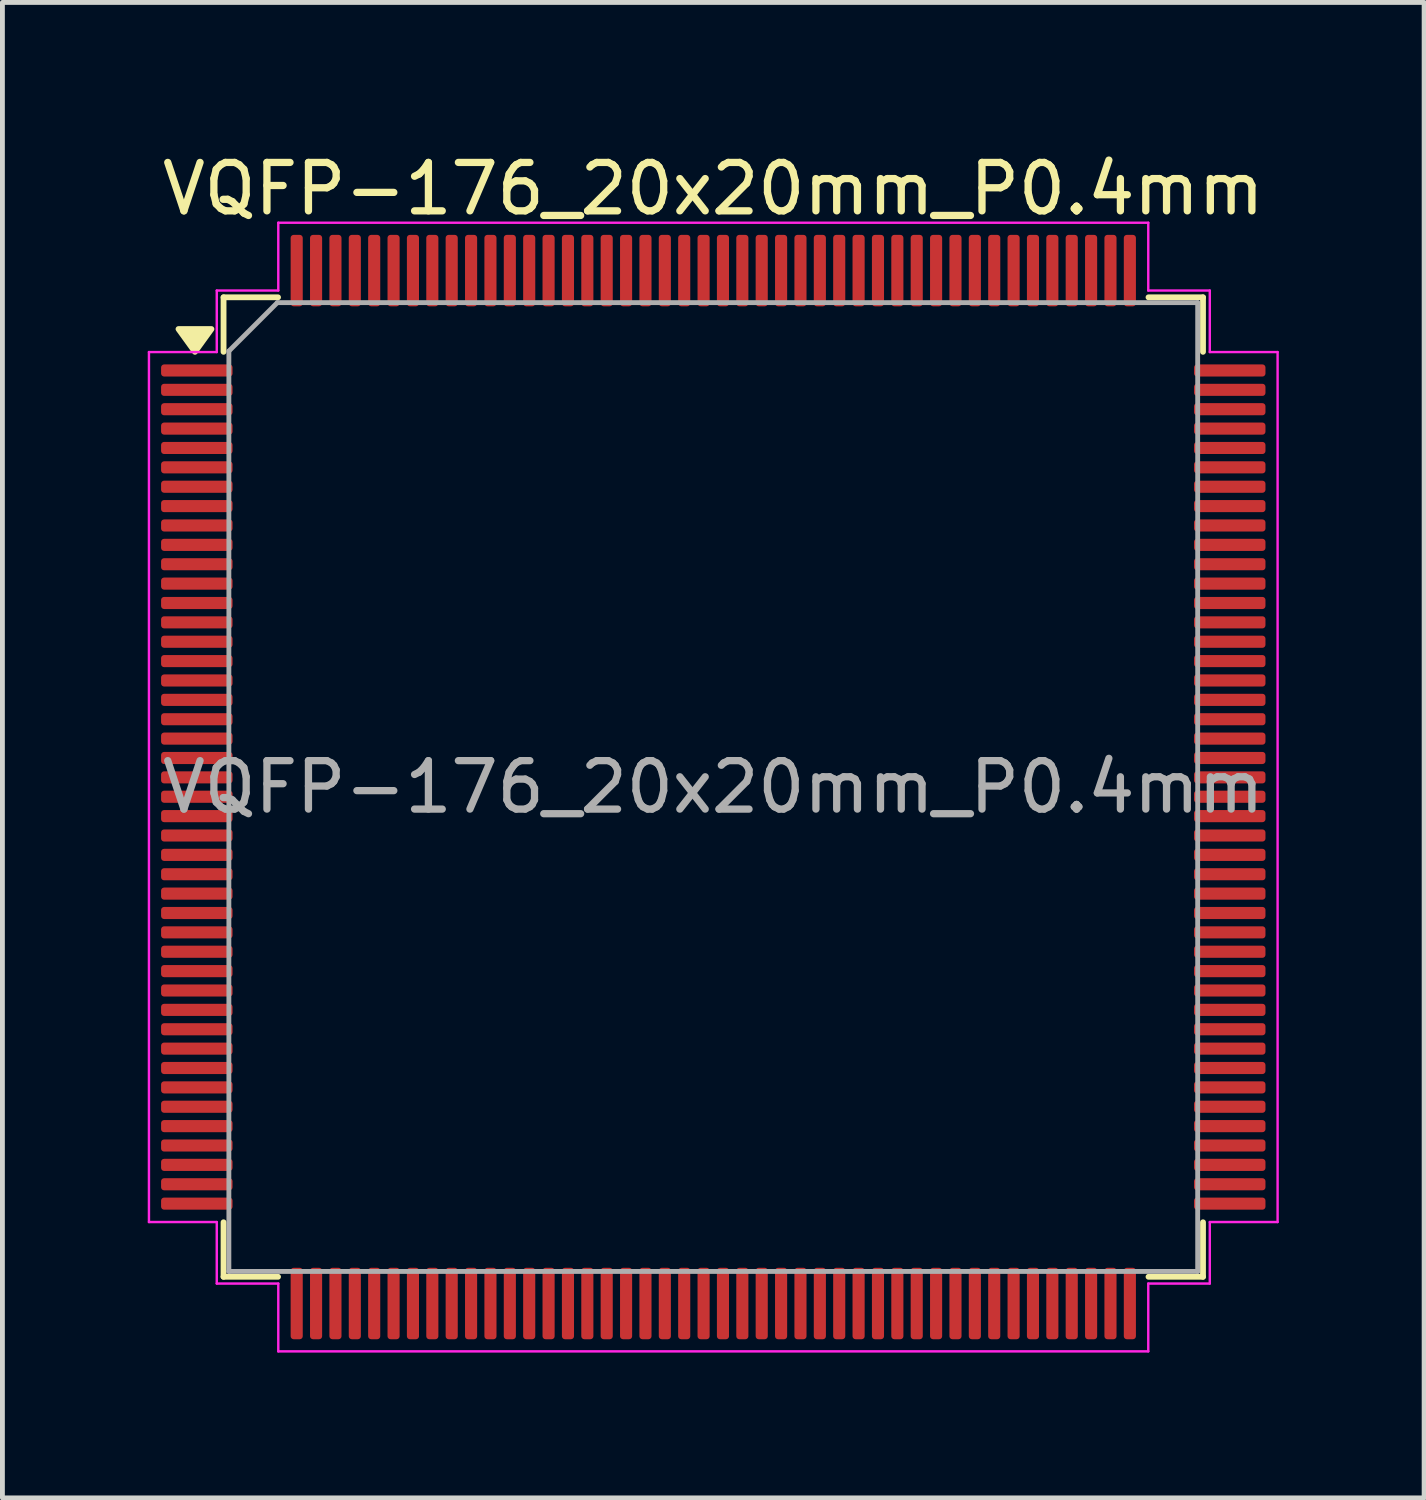
<source format=kicad_pcb>
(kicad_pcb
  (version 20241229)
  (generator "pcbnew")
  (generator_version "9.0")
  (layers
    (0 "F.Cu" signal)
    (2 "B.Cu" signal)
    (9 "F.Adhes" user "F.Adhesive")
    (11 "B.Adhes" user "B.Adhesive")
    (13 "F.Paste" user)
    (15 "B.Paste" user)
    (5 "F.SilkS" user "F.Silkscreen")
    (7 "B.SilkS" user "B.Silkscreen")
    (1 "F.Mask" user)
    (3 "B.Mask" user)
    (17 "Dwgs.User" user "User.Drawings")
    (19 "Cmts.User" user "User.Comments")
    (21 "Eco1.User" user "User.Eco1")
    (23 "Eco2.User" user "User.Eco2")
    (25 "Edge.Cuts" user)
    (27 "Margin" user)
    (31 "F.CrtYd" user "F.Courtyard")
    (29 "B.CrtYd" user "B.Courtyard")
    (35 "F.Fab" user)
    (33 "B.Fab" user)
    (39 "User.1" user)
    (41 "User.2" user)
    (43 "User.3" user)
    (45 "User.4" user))
  (footprint "VQFP-176_20x20mm_P0.4mm"
    (layer "F.Cu")
    (at 11.675 13.198)
    (property "Reference" "VQFP-176_20x20mm_P0.4mm" (at 0 -12.35 0) (layer "F.SilkS") (effects (font (size 1 1) (thickness 0.15))))
    (attr smd)
    (fp_line (start -10.11 -10.11) (end -10.11 -8.985) (stroke (width 0.12) (type solid)) (layer "F.SilkS"))
    (fp_line (start -10.11 10.11) (end -10.11 8.985) (stroke (width 0.12) (type solid)) (layer "F.SilkS"))
    (fp_line (start -8.985 -10.11) (end -10.11 -10.11) (stroke (width 0.12) (type solid)) (layer "F.SilkS"))
    (fp_line (start -8.985 10.11) (end -10.11 10.11) (stroke (width 0.12) (type solid)) (layer "F.SilkS"))
    (fp_line (start 8.985 -10.11) (end 10.11 -10.11) (stroke (width 0.12) (type solid)) (layer "F.SilkS"))
    (fp_line (start 8.985 10.11) (end 10.11 10.11) (stroke (width 0.12) (type solid)) (layer "F.SilkS"))
    (fp_line (start 10.11 -10.11) (end 10.11 -8.985) (stroke (width 0.12) (type solid)) (layer "F.SilkS"))
    (fp_line (start 10.11 10.11) (end 10.11 8.985) (stroke (width 0.12) (type solid)) (layer "F.SilkS"))
    (fp_poly (pts (xy -10.7 -8.985) (xy -11.04 -9.455) (xy -10.36 -9.455)) (stroke (width 0.12) (type solid)) (fill yes) (layer "F.SilkS"))
    (fp_line (start -11.65 -8.98) (end -10.25 -8.98) (stroke (width 0.05) (type solid)) (layer "F.CrtYd"))
    (fp_line (start -11.65 8.98) (end -11.65 -8.98) (stroke (width 0.05) (type solid)) (layer "F.CrtYd"))
    (fp_line (start -10.25 -10.25) (end -8.98 -10.25) (stroke (width 0.05) (type solid)) (layer "F.CrtYd"))
    (fp_line (start -10.25 -8.98) (end -10.25 -10.25) (stroke (width 0.05) (type solid)) (layer "F.CrtYd"))
    (fp_line (start -10.25 8.98) (end -11.65 8.98) (stroke (width 0.05) (type solid)) (layer "F.CrtYd"))
    (fp_line (start -10.25 10.25) (end -10.25 8.98) (stroke (width 0.05) (type solid)) (layer "F.CrtYd"))
    (fp_line (start -8.98 -11.65) (end 8.98 -11.65) (stroke (width 0.05) (type solid)) (layer "F.CrtYd"))
    (fp_line (start -8.98 -10.25) (end -8.98 -11.65) (stroke (width 0.05) (type solid)) (layer "F.CrtYd"))
    (fp_line (start -8.98 10.25) (end -10.25 10.25) (stroke (width 0.05) (type solid)) (layer "F.CrtYd"))
    (fp_line (start -8.98 11.65) (end -8.98 10.25) (stroke (width 0.05) (type solid)) (layer "F.CrtYd"))
    (fp_line (start 8.98 -11.65) (end 8.98 -10.25) (stroke (width 0.05) (type solid)) (layer "F.CrtYd"))
    (fp_line (start 8.98 -10.25) (end 10.25 -10.25) (stroke (width 0.05) (type solid)) (layer "F.CrtYd"))
    (fp_line (start 8.98 10.25) (end 8.98 11.65) (stroke (width 0.05) (type solid)) (layer "F.CrtYd"))
    (fp_line (start 8.98 11.65) (end -8.98 11.65) (stroke (width 0.05) (type solid)) (layer "F.CrtYd"))
    (fp_line (start 10.25 -10.25) (end 10.25 -8.98) (stroke (width 0.05) (type solid)) (layer "F.CrtYd"))
    (fp_line (start 10.25 -8.98) (end 11.65 -8.98) (stroke (width 0.05) (type solid)) (layer "F.CrtYd"))
    (fp_line (start 10.25 8.98) (end 10.25 10.25) (stroke (width 0.05) (type solid)) (layer "F.CrtYd"))
    (fp_line (start 10.25 10.25) (end 8.98 10.25) (stroke (width 0.05) (type solid)) (layer "F.CrtYd"))
    (fp_line (start 11.65 -8.98) (end 11.65 8.98) (stroke (width 0.05) (type solid)) (layer "F.CrtYd"))
    (fp_line (start 11.65 8.98) (end 10.25 8.98) (stroke (width 0.05) (type solid)) (layer "F.CrtYd"))
    (fp_line (start -10 -9) (end -9 -10) (stroke (width 0.1) (type solid)) (layer "F.Fab"))
    (fp_line (start -10 10) (end -10 -9) (stroke (width 0.1) (type solid)) (layer "F.Fab"))
    (fp_line (start -9 -10) (end 10 -10) (stroke (width 0.1) (type solid)) (layer "F.Fab"))
    (fp_line (start 10 -10) (end 10 10) (stroke (width 0.1) (type solid)) (layer "F.Fab"))
    (fp_line (start 10 10) (end -10 10) (stroke (width 0.1) (type solid)) (layer "F.Fab"))
    (fp_text user "${REFERENCE}" (at 0 0 0) (layer "F.Fab") (effects (font (size 1 1) (thickness 0.15))))
    (pad "1" smd roundrect (at -10.662 -8.6) (size 1.475 0.25) (layers "F.Cu" "F.Mask" "F.Paste") (roundrect_rratio 0.25))
    (pad "2" smd roundrect (at -10.662 -8.2) (size 1.475 0.25) (layers "F.Cu" "F.Mask" "F.Paste") (roundrect_rratio 0.25))
    (pad "3" smd roundrect (at -10.662 -7.8) (size 1.475 0.25) (layers "F.Cu" "F.Mask" "F.Paste") (roundrect_rratio 0.25))
    (pad "4" smd roundrect (at -10.662 -7.4) (size 1.475 0.25) (layers "F.Cu" "F.Mask" "F.Paste") (roundrect_rratio 0.25))
    (pad "5" smd roundrect (at -10.662 -7) (size 1.475 0.25) (layers "F.Cu" "F.Mask" "F.Paste") (roundrect_rratio 0.25))
    (pad "6" smd roundrect (at -10.662 -6.6) (size 1.475 0.25) (layers "F.Cu" "F.Mask" "F.Paste") (roundrect_rratio 0.25))
    (pad "7" smd roundrect (at -10.662 -6.2) (size 1.475 0.25) (layers "F.Cu" "F.Mask" "F.Paste") (roundrect_rratio 0.25))
    (pad "8" smd roundrect (at -10.662 -5.8) (size 1.475 0.25) (layers "F.Cu" "F.Mask" "F.Paste") (roundrect_rratio 0.25))
    (pad "9" smd roundrect (at -10.662 -5.4) (size 1.475 0.25) (layers "F.Cu" "F.Mask" "F.Paste") (roundrect_rratio 0.25))
    (pad "10" smd roundrect (at -10.662 -5) (size 1.475 0.25) (layers "F.Cu" "F.Mask" "F.Paste") (roundrect_rratio 0.25))
    (pad "11" smd roundrect (at -10.662 -4.6) (size 1.475 0.25) (layers "F.Cu" "F.Mask" "F.Paste") (roundrect_rratio 0.25))
    (pad "12" smd roundrect (at -10.662 -4.2) (size 1.475 0.25) (layers "F.Cu" "F.Mask" "F.Paste") (roundrect_rratio 0.25))
    (pad "13" smd roundrect (at -10.662 -3.8) (size 1.475 0.25) (layers "F.Cu" "F.Mask" "F.Paste") (roundrect_rratio 0.25))
    (pad "14" smd roundrect (at -10.662 -3.4) (size 1.475 0.25) (layers "F.Cu" "F.Mask" "F.Paste") (roundrect_rratio 0.25))
    (pad "15" smd roundrect (at -10.662 -3) (size 1.475 0.25) (layers "F.Cu" "F.Mask" "F.Paste") (roundrect_rratio 0.25))
    (pad "16" smd roundrect (at -10.662 -2.6) (size 1.475 0.25) (layers "F.Cu" "F.Mask" "F.Paste") (roundrect_rratio 0.25))
    (pad "17" smd roundrect (at -10.662 -2.2) (size 1.475 0.25) (layers "F.Cu" "F.Mask" "F.Paste") (roundrect_rratio 0.25))
    (pad "18" smd roundrect (at -10.662 -1.8) (size 1.475 0.25) (layers "F.Cu" "F.Mask" "F.Paste") (roundrect_rratio 0.25))
    (pad "19" smd roundrect (at -10.662 -1.4) (size 1.475 0.25) (layers "F.Cu" "F.Mask" "F.Paste") (roundrect_rratio 0.25))
    (pad "20" smd roundrect (at -10.662 -1) (size 1.475 0.25) (layers "F.Cu" "F.Mask" "F.Paste") (roundrect_rratio 0.25))
    (pad "21" smd roundrect (at -10.662 -0.6) (size 1.475 0.25) (layers "F.Cu" "F.Mask" "F.Paste") (roundrect_rratio 0.25))
    (pad "22" smd roundrect (at -10.662 -0.2) (size 1.475 0.25) (layers "F.Cu" "F.Mask" "F.Paste") (roundrect_rratio 0.25))
    (pad "23" smd roundrect (at -10.662 0.2) (size 1.475 0.25) (layers "F.Cu" "F.Mask" "F.Paste") (roundrect_rratio 0.25))
    (pad "24" smd roundrect (at -10.662 0.6) (size 1.475 0.25) (layers "F.Cu" "F.Mask" "F.Paste") (roundrect_rratio 0.25))
    (pad "25" smd roundrect (at -10.662 1) (size 1.475 0.25) (layers "F.Cu" "F.Mask" "F.Paste") (roundrect_rratio 0.25))
    (pad "26" smd roundrect (at -10.662 1.4) (size 1.475 0.25) (layers "F.Cu" "F.Mask" "F.Paste") (roundrect_rratio 0.25))
    (pad "27" smd roundrect (at -10.662 1.8) (size 1.475 0.25) (layers "F.Cu" "F.Mask" "F.Paste") (roundrect_rratio 0.25))
    (pad "28" smd roundrect (at -10.662 2.2) (size 1.475 0.25) (layers "F.Cu" "F.Mask" "F.Paste") (roundrect_rratio 0.25))
    (pad "29" smd roundrect (at -10.662 2.6) (size 1.475 0.25) (layers "F.Cu" "F.Mask" "F.Paste") (roundrect_rratio 0.25))
    (pad "30" smd roundrect (at -10.662 3) (size 1.475 0.25) (layers "F.Cu" "F.Mask" "F.Paste") (roundrect_rratio 0.25))
    (pad "31" smd roundrect (at -10.662 3.4) (size 1.475 0.25) (layers "F.Cu" "F.Mask" "F.Paste") (roundrect_rratio 0.25))
    (pad "32" smd roundrect (at -10.662 3.8) (size 1.475 0.25) (layers "F.Cu" "F.Mask" "F.Paste") (roundrect_rratio 0.25))
    (pad "33" smd roundrect (at -10.662 4.2) (size 1.475 0.25) (layers "F.Cu" "F.Mask" "F.Paste") (roundrect_rratio 0.25))
    (pad "34" smd roundrect (at -10.662 4.6) (size 1.475 0.25) (layers "F.Cu" "F.Mask" "F.Paste") (roundrect_rratio 0.25))
    (pad "35" smd roundrect (at -10.662 5) (size 1.475 0.25) (layers "F.Cu" "F.Mask" "F.Paste") (roundrect_rratio 0.25))
    (pad "36" smd roundrect (at -10.662 5.4) (size 1.475 0.25) (layers "F.Cu" "F.Mask" "F.Paste") (roundrect_rratio 0.25))
    (pad "37" smd roundrect (at -10.662 5.8) (size 1.475 0.25) (layers "F.Cu" "F.Mask" "F.Paste") (roundrect_rratio 0.25))
    (pad "38" smd roundrect (at -10.662 6.2) (size 1.475 0.25) (layers "F.Cu" "F.Mask" "F.Paste") (roundrect_rratio 0.25))
    (pad "39" smd roundrect (at -10.662 6.6) (size 1.475 0.25) (layers "F.Cu" "F.Mask" "F.Paste") (roundrect_rratio 0.25))
    (pad "40" smd roundrect (at -10.662 7) (size 1.475 0.25) (layers "F.Cu" "F.Mask" "F.Paste") (roundrect_rratio 0.25))
    (pad "41" smd roundrect (at -10.662 7.4) (size 1.475 0.25) (layers "F.Cu" "F.Mask" "F.Paste") (roundrect_rratio 0.25))
    (pad "42" smd roundrect (at -10.662 7.8) (size 1.475 0.25) (layers "F.Cu" "F.Mask" "F.Paste") (roundrect_rratio 0.25))
    (pad "43" smd roundrect (at -10.662 8.2) (size 1.475 0.25) (layers "F.Cu" "F.Mask" "F.Paste") (roundrect_rratio 0.25))
    (pad "44" smd roundrect (at -10.662 8.6) (size 1.475 0.25) (layers "F.Cu" "F.Mask" "F.Paste") (roundrect_rratio 0.25))
    (pad "45" smd roundrect (at -8.6 10.662) (size 0.25 1.475) (layers "F.Cu" "F.Mask" "F.Paste") (roundrect_rratio 0.25))
    (pad "46" smd roundrect (at -8.2 10.662) (size 0.25 1.475) (layers "F.Cu" "F.Mask" "F.Paste") (roundrect_rratio 0.25))
    (pad "47" smd roundrect (at -7.8 10.662) (size 0.25 1.475) (layers "F.Cu" "F.Mask" "F.Paste") (roundrect_rratio 0.25))
    (pad "48" smd roundrect (at -7.4 10.662) (size 0.25 1.475) (layers "F.Cu" "F.Mask" "F.Paste") (roundrect_rratio 0.25))
    (pad "49" smd roundrect (at -7 10.662) (size 0.25 1.475) (layers "F.Cu" "F.Mask" "F.Paste") (roundrect_rratio 0.25))
    (pad "50" smd roundrect (at -6.6 10.662) (size 0.25 1.475) (layers "F.Cu" "F.Mask" "F.Paste") (roundrect_rratio 0.25))
    (pad "51" smd roundrect (at -6.2 10.662) (size 0.25 1.475) (layers "F.Cu" "F.Mask" "F.Paste") (roundrect_rratio 0.25))
    (pad "52" smd roundrect (at -5.8 10.662) (size 0.25 1.475) (layers "F.Cu" "F.Mask" "F.Paste") (roundrect_rratio 0.25))
    (pad "53" smd roundrect (at -5.4 10.662) (size 0.25 1.475) (layers "F.Cu" "F.Mask" "F.Paste") (roundrect_rratio 0.25))
    (pad "54" smd roundrect (at -5 10.662) (size 0.25 1.475) (layers "F.Cu" "F.Mask" "F.Paste") (roundrect_rratio 0.25))
    (pad "55" smd roundrect (at -4.6 10.662) (size 0.25 1.475) (layers "F.Cu" "F.Mask" "F.Paste") (roundrect_rratio 0.25))
    (pad "56" smd roundrect (at -4.2 10.662) (size 0.25 1.475) (layers "F.Cu" "F.Mask" "F.Paste") (roundrect_rratio 0.25))
    (pad "57" smd roundrect (at -3.8 10.662) (size 0.25 1.475) (layers "F.Cu" "F.Mask" "F.Paste") (roundrect_rratio 0.25))
    (pad "58" smd roundrect (at -3.4 10.662) (size 0.25 1.475) (layers "F.Cu" "F.Mask" "F.Paste") (roundrect_rratio 0.25))
    (pad "59" smd roundrect (at -3 10.662) (size 0.25 1.475) (layers "F.Cu" "F.Mask" "F.Paste") (roundrect_rratio 0.25))
    (pad "60" smd roundrect (at -2.6 10.662) (size 0.25 1.475) (layers "F.Cu" "F.Mask" "F.Paste") (roundrect_rratio 0.25))
    (pad "61" smd roundrect (at -2.2 10.662) (size 0.25 1.475) (layers "F.Cu" "F.Mask" "F.Paste") (roundrect_rratio 0.25))
    (pad "62" smd roundrect (at -1.8 10.662) (size 0.25 1.475) (layers "F.Cu" "F.Mask" "F.Paste") (roundrect_rratio 0.25))
    (pad "63" smd roundrect (at -1.4 10.662) (size 0.25 1.475) (layers "F.Cu" "F.Mask" "F.Paste") (roundrect_rratio 0.25))
    (pad "64" smd roundrect (at -1 10.662) (size 0.25 1.475) (layers "F.Cu" "F.Mask" "F.Paste") (roundrect_rratio 0.25))
    (pad "65" smd roundrect (at -0.6 10.662) (size 0.25 1.475) (layers "F.Cu" "F.Mask" "F.Paste") (roundrect_rratio 0.25))
    (pad "66" smd roundrect (at -0.2 10.662) (size 0.25 1.475) (layers "F.Cu" "F.Mask" "F.Paste") (roundrect_rratio 0.25))
    (pad "67" smd roundrect (at 0.2 10.662) (size 0.25 1.475) (layers "F.Cu" "F.Mask" "F.Paste") (roundrect_rratio 0.25))
    (pad "68" smd roundrect (at 0.6 10.662) (size 0.25 1.475) (layers "F.Cu" "F.Mask" "F.Paste") (roundrect_rratio 0.25))
    (pad "69" smd roundrect (at 1 10.662) (size 0.25 1.475) (layers "F.Cu" "F.Mask" "F.Paste") (roundrect_rratio 0.25))
    (pad "70" smd roundrect (at 1.4 10.662) (size 0.25 1.475) (layers "F.Cu" "F.Mask" "F.Paste") (roundrect_rratio 0.25))
    (pad "71" smd roundrect (at 1.8 10.662) (size 0.25 1.475) (layers "F.Cu" "F.Mask" "F.Paste") (roundrect_rratio 0.25))
    (pad "72" smd roundrect (at 2.2 10.662) (size 0.25 1.475) (layers "F.Cu" "F.Mask" "F.Paste") (roundrect_rratio 0.25))
    (pad "73" smd roundrect (at 2.6 10.662) (size 0.25 1.475) (layers "F.Cu" "F.Mask" "F.Paste") (roundrect_rratio 0.25))
    (pad "74" smd roundrect (at 3 10.662) (size 0.25 1.475) (layers "F.Cu" "F.Mask" "F.Paste") (roundrect_rratio 0.25))
    (pad "75" smd roundrect (at 3.4 10.662) (size 0.25 1.475) (layers "F.Cu" "F.Mask" "F.Paste") (roundrect_rratio 0.25))
    (pad "76" smd roundrect (at 3.8 10.662) (size 0.25 1.475) (layers "F.Cu" "F.Mask" "F.Paste") (roundrect_rratio 0.25))
    (pad "77" smd roundrect (at 4.2 10.662) (size 0.25 1.475) (layers "F.Cu" "F.Mask" "F.Paste") (roundrect_rratio 0.25))
    (pad "78" smd roundrect (at 4.6 10.662) (size 0.25 1.475) (layers "F.Cu" "F.Mask" "F.Paste") (roundrect_rratio 0.25))
    (pad "79" smd roundrect (at 5 10.662) (size 0.25 1.475) (layers "F.Cu" "F.Mask" "F.Paste") (roundrect_rratio 0.25))
    (pad "80" smd roundrect (at 5.4 10.662) (size 0.25 1.475) (layers "F.Cu" "F.Mask" "F.Paste") (roundrect_rratio 0.25))
    (pad "81" smd roundrect (at 5.8 10.662) (size 0.25 1.475) (layers "F.Cu" "F.Mask" "F.Paste") (roundrect_rratio 0.25))
    (pad "82" smd roundrect (at 6.2 10.662) (size 0.25 1.475) (layers "F.Cu" "F.Mask" "F.Paste") (roundrect_rratio 0.25))
    (pad "83" smd roundrect (at 6.6 10.662) (size 0.25 1.475) (layers "F.Cu" "F.Mask" "F.Paste") (roundrect_rratio 0.25))
    (pad "84" smd roundrect (at 7 10.662) (size 0.25 1.475) (layers "F.Cu" "F.Mask" "F.Paste") (roundrect_rratio 0.25))
    (pad "85" smd roundrect (at 7.4 10.662) (size 0.25 1.475) (layers "F.Cu" "F.Mask" "F.Paste") (roundrect_rratio 0.25))
    (pad "86" smd roundrect (at 7.8 10.662) (size 0.25 1.475) (layers "F.Cu" "F.Mask" "F.Paste") (roundrect_rratio 0.25))
    (pad "87" smd roundrect (at 8.2 10.662) (size 0.25 1.475) (layers "F.Cu" "F.Mask" "F.Paste") (roundrect_rratio 0.25))
    (pad "88" smd roundrect (at 8.6 10.662) (size 0.25 1.475) (layers "F.Cu" "F.Mask" "F.Paste") (roundrect_rratio 0.25))
    (pad "89" smd roundrect (at 10.662 8.6) (size 1.475 0.25) (layers "F.Cu" "F.Mask" "F.Paste") (roundrect_rratio 0.25))
    (pad "90" smd roundrect (at 10.662 8.2) (size 1.475 0.25) (layers "F.Cu" "F.Mask" "F.Paste") (roundrect_rratio 0.25))
    (pad "91" smd roundrect (at 10.662 7.8) (size 1.475 0.25) (layers "F.Cu" "F.Mask" "F.Paste") (roundrect_rratio 0.25))
    (pad "92" smd roundrect (at 10.662 7.4) (size 1.475 0.25) (layers "F.Cu" "F.Mask" "F.Paste") (roundrect_rratio 0.25))
    (pad "93" smd roundrect (at 10.662 7) (size 1.475 0.25) (layers "F.Cu" "F.Mask" "F.Paste") (roundrect_rratio 0.25))
    (pad "94" smd roundrect (at 10.662 6.6) (size 1.475 0.25) (layers "F.Cu" "F.Mask" "F.Paste") (roundrect_rratio 0.25))
    (pad "95" smd roundrect (at 10.662 6.2) (size 1.475 0.25) (layers "F.Cu" "F.Mask" "F.Paste") (roundrect_rratio 0.25))
    (pad "96" smd roundrect (at 10.662 5.8) (size 1.475 0.25) (layers "F.Cu" "F.Mask" "F.Paste") (roundrect_rratio 0.25))
    (pad "97" smd roundrect (at 10.662 5.4) (size 1.475 0.25) (layers "F.Cu" "F.Mask" "F.Paste") (roundrect_rratio 0.25))
    (pad "98" smd roundrect (at 10.662 5) (size 1.475 0.25) (layers "F.Cu" "F.Mask" "F.Paste") (roundrect_rratio 0.25))
    (pad "99" smd roundrect (at 10.662 4.6) (size 1.475 0.25) (layers "F.Cu" "F.Mask" "F.Paste") (roundrect_rratio 0.25))
    (pad "100" smd roundrect (at 10.662 4.2) (size 1.475 0.25) (layers "F.Cu" "F.Mask" "F.Paste") (roundrect_rratio 0.25))
    (pad "101" smd roundrect (at 10.662 3.8) (size 1.475 0.25) (layers "F.Cu" "F.Mask" "F.Paste") (roundrect_rratio 0.25))
    (pad "102" smd roundrect (at 10.662 3.4) (size 1.475 0.25) (layers "F.Cu" "F.Mask" "F.Paste") (roundrect_rratio 0.25))
    (pad "103" smd roundrect (at 10.662 3) (size 1.475 0.25) (layers "F.Cu" "F.Mask" "F.Paste") (roundrect_rratio 0.25))
    (pad "104" smd roundrect (at 10.662 2.6) (size 1.475 0.25) (layers "F.Cu" "F.Mask" "F.Paste") (roundrect_rratio 0.25))
    (pad "105" smd roundrect (at 10.662 2.2) (size 1.475 0.25) (layers "F.Cu" "F.Mask" "F.Paste") (roundrect_rratio 0.25))
    (pad "106" smd roundrect (at 10.662 1.8) (size 1.475 0.25) (layers "F.Cu" "F.Mask" "F.Paste") (roundrect_rratio 0.25))
    (pad "107" smd roundrect (at 10.662 1.4) (size 1.475 0.25) (layers "F.Cu" "F.Mask" "F.Paste") (roundrect_rratio 0.25))
    (pad "108" smd roundrect (at 10.662 1) (size 1.475 0.25) (layers "F.Cu" "F.Mask" "F.Paste") (roundrect_rratio 0.25))
    (pad "109" smd roundrect (at 10.662 0.6) (size 1.475 0.25) (layers "F.Cu" "F.Mask" "F.Paste") (roundrect_rratio 0.25))
    (pad "110" smd roundrect (at 10.662 0.2) (size 1.475 0.25) (layers "F.Cu" "F.Mask" "F.Paste") (roundrect_rratio 0.25))
    (pad "111" smd roundrect (at 10.662 -0.2) (size 1.475 0.25) (layers "F.Cu" "F.Mask" "F.Paste") (roundrect_rratio 0.25))
    (pad "112" smd roundrect (at 10.662 -0.6) (size 1.475 0.25) (layers "F.Cu" "F.Mask" "F.Paste") (roundrect_rratio 0.25))
    (pad "113" smd roundrect (at 10.662 -1) (size 1.475 0.25) (layers "F.Cu" "F.Mask" "F.Paste") (roundrect_rratio 0.25))
    (pad "114" smd roundrect (at 10.662 -1.4) (size 1.475 0.25) (layers "F.Cu" "F.Mask" "F.Paste") (roundrect_rratio 0.25))
    (pad "115" smd roundrect (at 10.662 -1.8) (size 1.475 0.25) (layers "F.Cu" "F.Mask" "F.Paste") (roundrect_rratio 0.25))
    (pad "116" smd roundrect (at 10.662 -2.2) (size 1.475 0.25) (layers "F.Cu" "F.Mask" "F.Paste") (roundrect_rratio 0.25))
    (pad "117" smd roundrect (at 10.662 -2.6) (size 1.475 0.25) (layers "F.Cu" "F.Mask" "F.Paste") (roundrect_rratio 0.25))
    (pad "118" smd roundrect (at 10.662 -3) (size 1.475 0.25) (layers "F.Cu" "F.Mask" "F.Paste") (roundrect_rratio 0.25))
    (pad "119" smd roundrect (at 10.662 -3.4) (size 1.475 0.25) (layers "F.Cu" "F.Mask" "F.Paste") (roundrect_rratio 0.25))
    (pad "120" smd roundrect (at 10.662 -3.8) (size 1.475 0.25) (layers "F.Cu" "F.Mask" "F.Paste") (roundrect_rratio 0.25))
    (pad "121" smd roundrect (at 10.662 -4.2) (size 1.475 0.25) (layers "F.Cu" "F.Mask" "F.Paste") (roundrect_rratio 0.25))
    (pad "122" smd roundrect (at 10.662 -4.6) (size 1.475 0.25) (layers "F.Cu" "F.Mask" "F.Paste") (roundrect_rratio 0.25))
    (pad "123" smd roundrect (at 10.662 -5) (size 1.475 0.25) (layers "F.Cu" "F.Mask" "F.Paste") (roundrect_rratio 0.25))
    (pad "124" smd roundrect (at 10.662 -5.4) (size 1.475 0.25) (layers "F.Cu" "F.Mask" "F.Paste") (roundrect_rratio 0.25))
    (pad "125" smd roundrect (at 10.662 -5.8) (size 1.475 0.25) (layers "F.Cu" "F.Mask" "F.Paste") (roundrect_rratio 0.25))
    (pad "126" smd roundrect (at 10.662 -6.2) (size 1.475 0.25) (layers "F.Cu" "F.Mask" "F.Paste") (roundrect_rratio 0.25))
    (pad "127" smd roundrect (at 10.662 -6.6) (size 1.475 0.25) (layers "F.Cu" "F.Mask" "F.Paste") (roundrect_rratio 0.25))
    (pad "128" smd roundrect (at 10.662 -7) (size 1.475 0.25) (layers "F.Cu" "F.Mask" "F.Paste") (roundrect_rratio 0.25))
    (pad "129" smd roundrect (at 10.662 -7.4) (size 1.475 0.25) (layers "F.Cu" "F.Mask" "F.Paste") (roundrect_rratio 0.25))
    (pad "130" smd roundrect (at 10.662 -7.8) (size 1.475 0.25) (layers "F.Cu" "F.Mask" "F.Paste") (roundrect_rratio 0.25))
    (pad "131" smd roundrect (at 10.662 -8.2) (size 1.475 0.25) (layers "F.Cu" "F.Mask" "F.Paste") (roundrect_rratio 0.25))
    (pad "132" smd roundrect (at 10.662 -8.6) (size 1.475 0.25) (layers "F.Cu" "F.Mask" "F.Paste") (roundrect_rratio 0.25))
    (pad "133" smd roundrect (at 8.6 -10.662) (size 0.25 1.475) (layers "F.Cu" "F.Mask" "F.Paste") (roundrect_rratio 0.25))
    (pad "134" smd roundrect (at 8.2 -10.662) (size 0.25 1.475) (layers "F.Cu" "F.Mask" "F.Paste") (roundrect_rratio 0.25))
    (pad "135" smd roundrect (at 7.8 -10.662) (size 0.25 1.475) (layers "F.Cu" "F.Mask" "F.Paste") (roundrect_rratio 0.25))
    (pad "136" smd roundrect (at 7.4 -10.662) (size 0.25 1.475) (layers "F.Cu" "F.Mask" "F.Paste") (roundrect_rratio 0.25))
    (pad "137" smd roundrect (at 7 -10.662) (size 0.25 1.475) (layers "F.Cu" "F.Mask" "F.Paste") (roundrect_rratio 0.25))
    (pad "138" smd roundrect (at 6.6 -10.662) (size 0.25 1.475) (layers "F.Cu" "F.Mask" "F.Paste") (roundrect_rratio 0.25))
    (pad "139" smd roundrect (at 6.2 -10.662) (size 0.25 1.475) (layers "F.Cu" "F.Mask" "F.Paste") (roundrect_rratio 0.25))
    (pad "140" smd roundrect (at 5.8 -10.662) (size 0.25 1.475) (layers "F.Cu" "F.Mask" "F.Paste") (roundrect_rratio 0.25))
    (pad "141" smd roundrect (at 5.4 -10.662) (size 0.25 1.475) (layers "F.Cu" "F.Mask" "F.Paste") (roundrect_rratio 0.25))
    (pad "142" smd roundrect (at 5 -10.662) (size 0.25 1.475) (layers "F.Cu" "F.Mask" "F.Paste") (roundrect_rratio 0.25))
    (pad "143" smd roundrect (at 4.6 -10.662) (size 0.25 1.475) (layers "F.Cu" "F.Mask" "F.Paste") (roundrect_rratio 0.25))
    (pad "144" smd roundrect (at 4.2 -10.662) (size 0.25 1.475) (layers "F.Cu" "F.Mask" "F.Paste") (roundrect_rratio 0.25))
    (pad "145" smd roundrect (at 3.8 -10.662) (size 0.25 1.475) (layers "F.Cu" "F.Mask" "F.Paste") (roundrect_rratio 0.25))
    (pad "146" smd roundrect (at 3.4 -10.662) (size 0.25 1.475) (layers "F.Cu" "F.Mask" "F.Paste") (roundrect_rratio 0.25))
    (pad "147" smd roundrect (at 3 -10.662) (size 0.25 1.475) (layers "F.Cu" "F.Mask" "F.Paste") (roundrect_rratio 0.25))
    (pad "148" smd roundrect (at 2.6 -10.662) (size 0.25 1.475) (layers "F.Cu" "F.Mask" "F.Paste") (roundrect_rratio 0.25))
    (pad "149" smd roundrect (at 2.2 -10.662) (size 0.25 1.475) (layers "F.Cu" "F.Mask" "F.Paste") (roundrect_rratio 0.25))
    (pad "150" smd roundrect (at 1.8 -10.662) (size 0.25 1.475) (layers "F.Cu" "F.Mask" "F.Paste") (roundrect_rratio 0.25))
    (pad "151" smd roundrect (at 1.4 -10.662) (size 0.25 1.475) (layers "F.Cu" "F.Mask" "F.Paste") (roundrect_rratio 0.25))
    (pad "152" smd roundrect (at 1 -10.662) (size 0.25 1.475) (layers "F.Cu" "F.Mask" "F.Paste") (roundrect_rratio 0.25))
    (pad "153" smd roundrect (at 0.6 -10.662) (size 0.25 1.475) (layers "F.Cu" "F.Mask" "F.Paste") (roundrect_rratio 0.25))
    (pad "154" smd roundrect (at 0.2 -10.662) (size 0.25 1.475) (layers "F.Cu" "F.Mask" "F.Paste") (roundrect_rratio 0.25))
    (pad "155" smd roundrect (at -0.2 -10.662) (size 0.25 1.475) (layers "F.Cu" "F.Mask" "F.Paste") (roundrect_rratio 0.25))
    (pad "156" smd roundrect (at -0.6 -10.662) (size 0.25 1.475) (layers "F.Cu" "F.Mask" "F.Paste") (roundrect_rratio 0.25))
    (pad "157" smd roundrect (at -1 -10.662) (size 0.25 1.475) (layers "F.Cu" "F.Mask" "F.Paste") (roundrect_rratio 0.25))
    (pad "158" smd roundrect (at -1.4 -10.662) (size 0.25 1.475) (layers "F.Cu" "F.Mask" "F.Paste") (roundrect_rratio 0.25))
    (pad "159" smd roundrect (at -1.8 -10.662) (size 0.25 1.475) (layers "F.Cu" "F.Mask" "F.Paste") (roundrect_rratio 0.25))
    (pad "160" smd roundrect (at -2.2 -10.662) (size 0.25 1.475) (layers "F.Cu" "F.Mask" "F.Paste") (roundrect_rratio 0.25))
    (pad "161" smd roundrect (at -2.6 -10.662) (size 0.25 1.475) (layers "F.Cu" "F.Mask" "F.Paste") (roundrect_rratio 0.25))
    (pad "162" smd roundrect (at -3 -10.662) (size 0.25 1.475) (layers "F.Cu" "F.Mask" "F.Paste") (roundrect_rratio 0.25))
    (pad "163" smd roundrect (at -3.4 -10.662) (size 0.25 1.475) (layers "F.Cu" "F.Mask" "F.Paste") (roundrect_rratio 0.25))
    (pad "164" smd roundrect (at -3.8 -10.662) (size 0.25 1.475) (layers "F.Cu" "F.Mask" "F.Paste") (roundrect_rratio 0.25))
    (pad "165" smd roundrect (at -4.2 -10.662) (size 0.25 1.475) (layers "F.Cu" "F.Mask" "F.Paste") (roundrect_rratio 0.25))
    (pad "166" smd roundrect (at -4.6 -10.662) (size 0.25 1.475) (layers "F.Cu" "F.Mask" "F.Paste") (roundrect_rratio 0.25))
    (pad "167" smd roundrect (at -5 -10.662) (size 0.25 1.475) (layers "F.Cu" "F.Mask" "F.Paste") (roundrect_rratio 0.25))
    (pad "168" smd roundrect (at -5.4 -10.662) (size 0.25 1.475) (layers "F.Cu" "F.Mask" "F.Paste") (roundrect_rratio 0.25))
    (pad "169" smd roundrect (at -5.8 -10.662) (size 0.25 1.475) (layers "F.Cu" "F.Mask" "F.Paste") (roundrect_rratio 0.25))
    (pad "170" smd roundrect (at -6.2 -10.662) (size 0.25 1.475) (layers "F.Cu" "F.Mask" "F.Paste") (roundrect_rratio 0.25))
    (pad "171" smd roundrect (at -6.6 -10.662) (size 0.25 1.475) (layers "F.Cu" "F.Mask" "F.Paste") (roundrect_rratio 0.25))
    (pad "172" smd roundrect (at -7 -10.662) (size 0.25 1.475) (layers "F.Cu" "F.Mask" "F.Paste") (roundrect_rratio 0.25))
    (pad "173" smd roundrect (at -7.4 -10.662) (size 0.25 1.475) (layers "F.Cu" "F.Mask" "F.Paste") (roundrect_rratio 0.25))
    (pad "174" smd roundrect (at -7.8 -10.662) (size 0.25 1.475) (layers "F.Cu" "F.Mask" "F.Paste") (roundrect_rratio 0.25))
    (pad "175" smd roundrect (at -8.2 -10.662) (size 0.25 1.475) (layers "F.Cu" "F.Mask" "F.Paste") (roundrect_rratio 0.25))
    (pad "176" smd roundrect (at -8.6 -10.662) (size 0.25 1.475) (layers "F.Cu" "F.Mask" "F.Paste") (roundrect_rratio 0.25)))
  (gr_rect
    (start -3 -3)
    (end 26.35 27.873)
    (stroke (width 0.1) (type default))
    (fill no)
    (layer "Edge.Cuts")))
</source>
